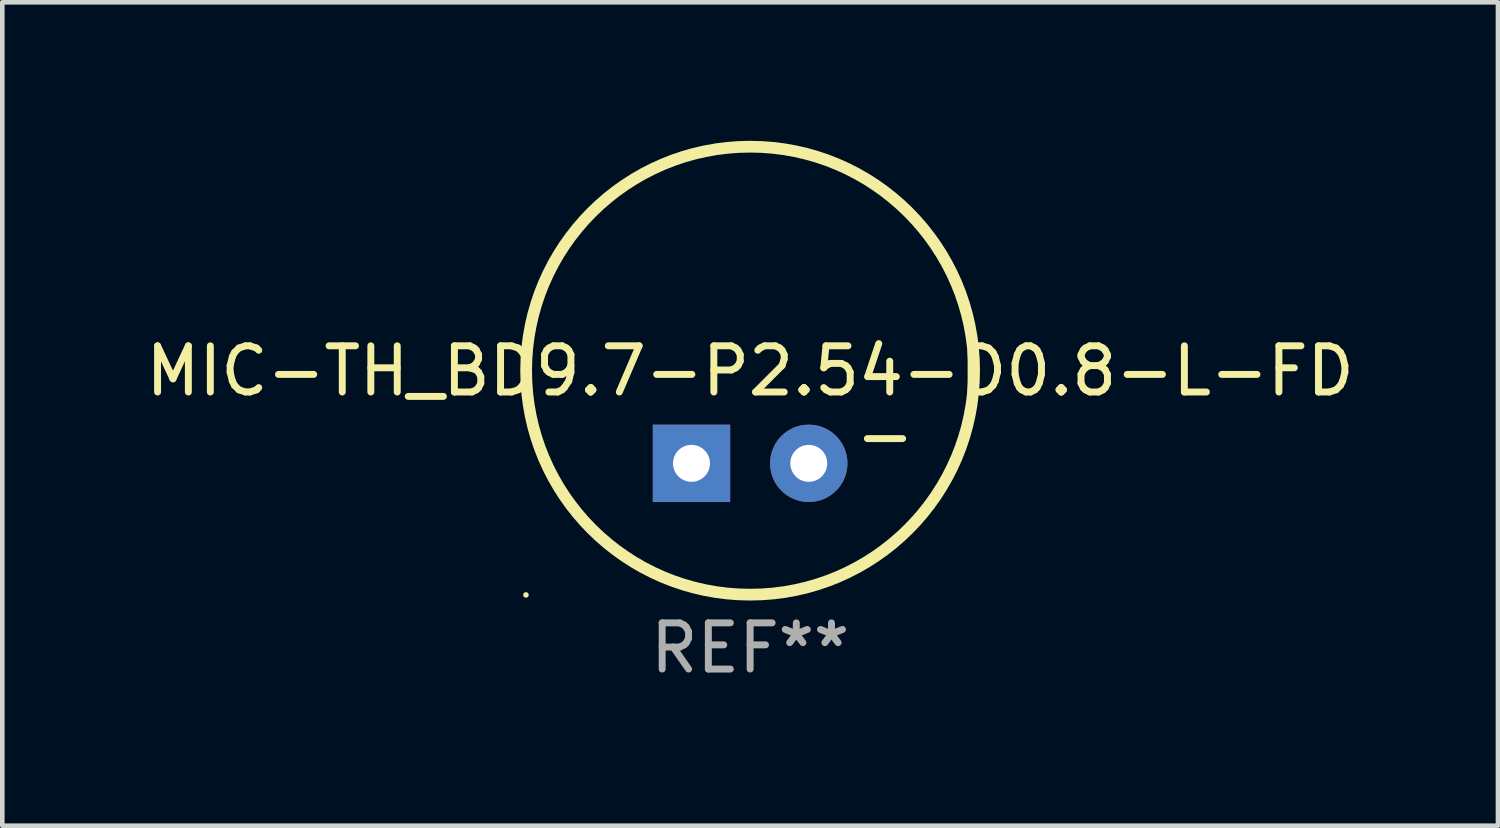
<source format=kicad_pcb>
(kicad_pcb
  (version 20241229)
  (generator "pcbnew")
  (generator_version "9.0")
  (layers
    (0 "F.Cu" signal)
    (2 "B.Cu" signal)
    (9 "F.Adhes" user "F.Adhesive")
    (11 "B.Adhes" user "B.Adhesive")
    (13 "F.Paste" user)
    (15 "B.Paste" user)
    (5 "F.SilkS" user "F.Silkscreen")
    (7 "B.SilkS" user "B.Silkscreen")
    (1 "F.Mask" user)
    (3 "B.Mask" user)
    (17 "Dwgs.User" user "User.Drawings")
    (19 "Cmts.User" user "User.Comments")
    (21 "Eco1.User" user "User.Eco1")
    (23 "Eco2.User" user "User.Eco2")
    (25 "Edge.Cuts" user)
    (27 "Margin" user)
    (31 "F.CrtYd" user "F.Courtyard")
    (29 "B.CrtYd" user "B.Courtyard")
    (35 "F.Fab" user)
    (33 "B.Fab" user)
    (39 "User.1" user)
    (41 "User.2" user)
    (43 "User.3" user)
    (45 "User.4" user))
  (footprint "MIC-TH_BD9.7-P2.54-D0.8-L-FD"
    (layer "F.Cu")
    (at 13.196 6.985)
    (property "Reference" "MIC-TH_BD9.7-P2.54-D0.8-L-FD" (at 0 -2 0) (layer "F.SilkS") (effects (font (size 1 1) (thickness 0.15))))
    (attr through_hole)
    (fp_circle (center -4.855 2.85) (end -4.825 2.85) (stroke (width 0.06) (type solid)) (fill no) (layer "F.SilkS"))
    (fp_circle (center 0 -2.007) (end 4.851 -2.007) (stroke (width 0.254) (type solid)) (fill no) (layer "F.SilkS"))
    (fp_text user "-" (at 2.921 -0.61 0) (layer "F.SilkS") (effects (font (size 1 1) (thickness 0.15))))
    (fp_text user "REF**" (at 0 4 0) (layer "F.Fab") (effects (font (size 1 1) (thickness 0.15))))
    (pad "1" thru_hole rect (at -1.27 0 90) (size 1.676 1.676) (drill 0.8) (layers "*.Cu" "*.Mask"))
    (pad "2" thru_hole circle (at 1.27 0) (size 1.676 1.676) (drill 0.8) (layers "*.Cu" "*.Mask")))
  (gr_rect
    (start -3 -3)
    (end 29.393 14.833)
    (stroke (width 0.1) (type default))
    (fill no)
    (layer "Edge.Cuts")))
</source>
